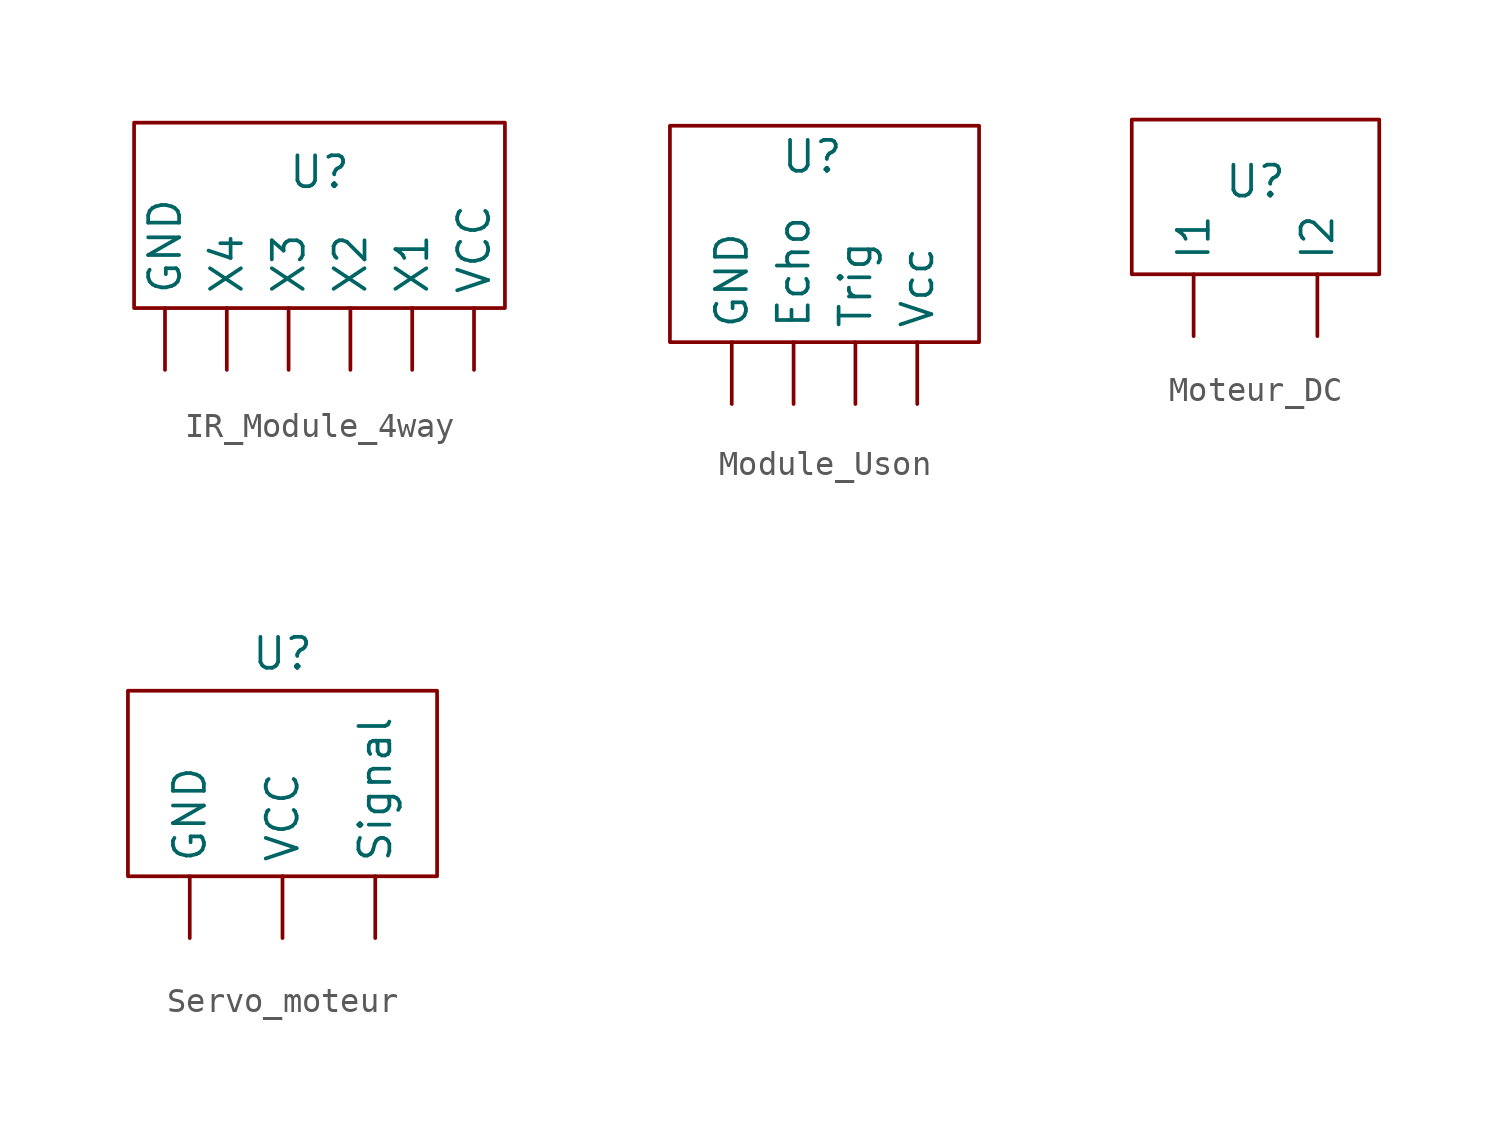
<source format=kicad_sym>
(kicad_symbol_lib
  (version 20231120)
  (generator "kicad_symbol_editor")
  (generator_version "8.0")
  (symbol "IR_Module_4way"
    (property "Reference" "U"
      (at 0 1.778 0)
      (effects (font (size 1.27 1.27))))
    (property "Value" ""
      (at 0 0 0)
      (effects (font (size 1.27 1.27))))
    (symbol "IR_Module_4way_0_1"
      (rectangle (start -7.62 3.81) (end 7.62 -3.81) (stroke (width 0) (type default)) (fill (type none))))
    (symbol "IR_Module_4way_1_1"
      (pin bidirectional line (at -6.35 -6.35 90) (length 2.54) (name "GND" (effects (font (size 1.27 1.27)))) (number "" (effects (font (size 1.27 1.27)))))
      (pin bidirectional line (at 6.35 -6.35 90) (length 2.54) (name "VCC" (effects (font (size 1.27 1.27)))) (number "" (effects (font (size 1.27 1.27)))))
      (pin bidirectional line (at 3.81 -6.35 90) (length 2.54) (name "X1" (effects (font (size 1.27 1.27)))) (number "" (effects (font (size 1.27 1.27)))))
      (pin bidirectional line (at 1.27 -6.35 90) (length 2.54) (name "X2" (effects (font (size 1.27 1.27)))) (number "" (effects (font (size 1.27 1.27)))))
      (pin bidirectional line (at -1.27 -6.35 90) (length 2.54) (name "X3" (effects (font (size 1.27 1.27)))) (number "" (effects (font (size 1.27 1.27)))))
      (pin bidirectional line (at -3.81 -6.35 90) (length 2.54) (name "X4" (effects (font (size 1.27 1.27)))) (number "" (effects (font (size 1.27 1.27)))))))
  (symbol "Module_Uson"
    (property "Reference" "U"
      (at -0.508 2.54 0)
      (effects (font (size 1.27 1.27))))
    (property "Value" ""
      (at 0 0 0)
      (effects (font (size 1.27 1.27))))
    (symbol "Module_Uson_0_1"
      (rectangle (start -6.35 3.81) (end 6.35 -5.08) (stroke (width 0) (type default)) (fill (type none))))
    (symbol "Module_Uson_1_1"
      (pin bidirectional line (at -1.27 -7.62 90) (length 2.54) (name "Echo" (effects (font (size 1.27 1.27)))) (number "" (effects (font (size 1.27 1.27)))))
      (pin bidirectional line (at -3.81 -7.62 90) (length 2.54) (name "GND" (effects (font (size 1.27 1.27)))) (number "" (effects (font (size 1.27 1.27)))))
      (pin bidirectional line (at 1.27 -7.62 90) (length 2.54) (name "Trig" (effects (font (size 1.27 1.27)))) (number "" (effects (font (size 1.27 1.27)))))
      (pin bidirectional line (at 3.81 -7.62 90) (length 2.54) (name "Vcc" (effects (font (size 1.27 1.27)))) (number "" (effects (font (size 1.27 1.27)))))))
  (symbol "Moteur_DC"
    (property "Reference" "U"
      (at 0 0 0)
      (effects (font (size 1.27 1.27))))
    (property "Value" ""
      (at 0 0 0)
      (effects (font (size 1.27 1.27))))
    (symbol "Moteur_DC_0_1"
      (rectangle (start -5.08 2.54) (end 5.08 -3.81) (stroke (width 0) (type default)) (fill (type none))))
    (symbol "Moteur_DC_1_1"
      (pin bidirectional line (at -2.54 -6.35 90) (length 2.54) (name "I1" (effects (font (size 1.27 1.27)))) (number "" (effects (font (size 1.27 1.27)))))
      (pin bidirectional line (at 2.54 -6.35 90) (length 2.54) (name "I2" (effects (font (size 1.27 1.27)))) (number "" (effects (font (size 1.27 1.27)))))))
  (symbol "Servo_moteur"
    (property "Reference" "U"
      (at 0 5.334 0)
      (effects (font (size 1.27 1.27))))
    (property "Value" ""
      (at 0 0 0)
      (effects (font (size 1.27 1.27))))
    (symbol "Servo_moteur_0_1"
      (rectangle (start -6.35 3.81) (end 6.35 -3.81) (stroke (width 0) (type default)) (fill (type none))))
    (symbol "Servo_moteur_1_1"
      (pin bidirectional line (at -3.81 -6.35 90) (length 2.54) (name "GND" (effects (font (size 1.27 1.27)))) (number "" (effects (font (size 1.27 1.27)))))
      (pin bidirectional line (at 3.81 -6.35 90) (length 2.54) (name "Signal" (effects (font (size 1.27 1.27)))) (number "" (effects (font (size 1.27 1.27)))))
      (pin bidirectional line (at 0 -6.35 90) (length 2.54) (name "VCC" (effects (font (size 1.27 1.27)))) (number "" (effects (font (size 1.27 1.27))))))))
</source>
